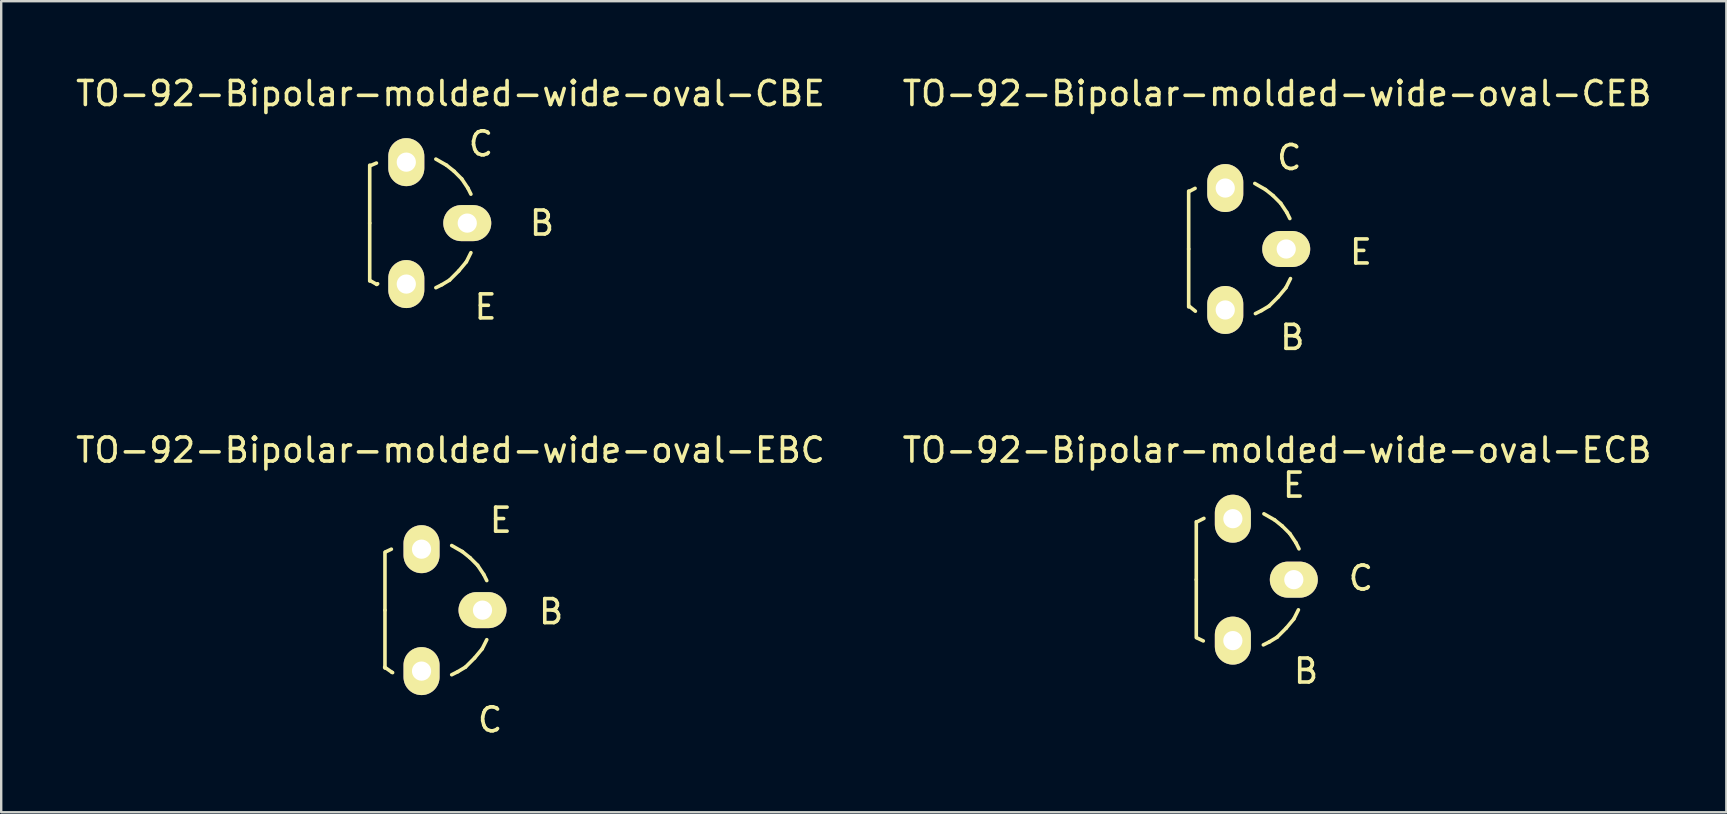
<source format=kicad_pcb>
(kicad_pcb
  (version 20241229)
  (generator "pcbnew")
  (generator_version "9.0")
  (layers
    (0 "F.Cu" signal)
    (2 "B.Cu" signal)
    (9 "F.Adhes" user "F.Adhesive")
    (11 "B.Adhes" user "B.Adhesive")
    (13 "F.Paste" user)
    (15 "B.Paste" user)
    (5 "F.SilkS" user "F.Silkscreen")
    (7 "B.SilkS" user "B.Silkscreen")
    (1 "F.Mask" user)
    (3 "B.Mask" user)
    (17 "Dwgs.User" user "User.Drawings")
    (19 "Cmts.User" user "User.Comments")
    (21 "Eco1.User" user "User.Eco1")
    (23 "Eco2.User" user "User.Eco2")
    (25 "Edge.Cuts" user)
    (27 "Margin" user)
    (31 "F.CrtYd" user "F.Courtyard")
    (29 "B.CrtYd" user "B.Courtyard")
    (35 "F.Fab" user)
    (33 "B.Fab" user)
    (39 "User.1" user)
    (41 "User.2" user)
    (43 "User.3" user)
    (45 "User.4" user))
  (footprint "TO-92-Bipolar-molded-wide-oval-CBE"
    (layer "F.Cu")
    (at 13.879 6.246)
    (property "Reference" "TO-92-Bipolar-molded-wide-oval-CBE" (at 1.841 -5.397 0) (layer "F.SilkS") (effects (font (size 1 1) (thickness 0.15))))
    (attr through_hole)
    (fp_line (start -1.524 0) (end -1.524 -2.413) (stroke (width 0.15) (type solid)) (layer "F.SilkS"))
    (fp_line (start -1.524 0) (end -1.524 2.413) (stroke (width 0.15) (type solid)) (layer "F.SilkS"))
    (fp_line (start -1.499 2.4) (end -1.232 2.553) (stroke (width 0.15) (type solid)) (layer "F.SilkS"))
    (fp_line (start -1.486 -2.4) (end -1.245 -2.502) (stroke (width 0.15) (type solid)) (layer "F.SilkS"))
    (fp_line (start -1.232 2.553) (end -1.194 2.527) (stroke (width 0.15) (type solid)) (layer "F.SilkS"))
    (fp_line (start 1.232 -2.667) (end 1.676 -2.413) (stroke (width 0.15) (type solid)) (layer "F.SilkS"))
    (fp_line (start 1.486 2.565) (end 1.232 2.692) (stroke (width 0.15) (type solid)) (layer "F.SilkS"))
    (fp_line (start 1.676 -2.413) (end 1.994 -2.159) (stroke (width 0.15) (type solid)) (layer "F.SilkS"))
    (fp_line (start 1.803 2.375) (end 1.486 2.565) (stroke (width 0.15) (type solid)) (layer "F.SilkS"))
    (fp_line (start 1.994 -2.159) (end 2.311 -1.841) (stroke (width 0.15) (type solid)) (layer "F.SilkS"))
    (fp_line (start 2.184 1.994) (end 1.803 2.375) (stroke (width 0.15) (type solid)) (layer "F.SilkS"))
    (fp_line (start 2.311 -1.841) (end 2.565 -1.46) (stroke (width 0.15) (type solid)) (layer "F.SilkS"))
    (fp_line (start 2.502 1.613) (end 2.184 1.994) (stroke (width 0.15) (type solid)) (layer "F.SilkS"))
    (fp_line (start 2.565 -1.46) (end 2.692 -1.206) (stroke (width 0.15) (type solid)) (layer "F.SilkS"))
    (fp_line (start 2.692 1.232) (end 2.502 1.613) (stroke (width 0.15) (type solid)) (layer "F.SilkS"))
    (fp_text user "E" (at 3.302 3.493 0) (layer "F.SilkS") (effects (font (size 1 1) (thickness 0.15))))
    (fp_text user "B" (at 5.652 0 0) (layer "F.SilkS") (effects (font (size 1 1) (thickness 0.15))))
    (fp_text user "C" (at 3.111 -3.302 0) (layer "F.SilkS") (effects (font (size 1 1) (thickness 0.15))))
    (pad "B" thru_hole oval (at 2.54 0) (size 1.999 1.501) (drill 0.8) (layers "*.Cu" "*.Mask" "F.SilkS"))
    (pad "C" thru_hole oval (at 0 -2.54) (size 1.501 1.999) (drill 0.8) (layers "*.Cu" "*.Mask" "F.SilkS"))
    (pad "E" thru_hole oval (at 0 2.54) (size 1.501 1.999) (drill 0.8) (layers "*.Cu" "*.Mask" "F.SilkS")))
  (footprint "TO-92-Bipolar-molded-wide-oval-EBC"
    (layer "F.Cu")
    (at 14.514 22.372)
    (property "Reference" "TO-92-Bipolar-molded-wide-oval-EBC" (at 1.206 -6.668 0) (layer "F.SilkS") (effects (font (size 1 1) (thickness 0.15))))
    (attr through_hole)
    (fp_line (start -1.537 2.375) (end -1.232 2.591) (stroke (width 0.15) (type solid)) (layer "F.SilkS"))
    (fp_line (start -1.524 0) (end -1.524 -2.413) (stroke (width 0.15) (type solid)) (layer "F.SilkS"))
    (fp_line (start -1.524 0) (end -1.524 2.413) (stroke (width 0.15) (type solid)) (layer "F.SilkS"))
    (fp_line (start -1.499 -2.426) (end -1.257 -2.54) (stroke (width 0.15) (type solid)) (layer "F.SilkS"))
    (fp_line (start -1.232 2.591) (end -1.206 2.603) (stroke (width 0.15) (type solid)) (layer "F.SilkS"))
    (fp_line (start 1.257 -2.692) (end 1.702 -2.438) (stroke (width 0.15) (type solid)) (layer "F.SilkS"))
    (fp_line (start 1.511 2.565) (end 1.257 2.692) (stroke (width 0.15) (type solid)) (layer "F.SilkS"))
    (fp_line (start 1.702 -2.438) (end 2.019 -2.184) (stroke (width 0.15) (type solid)) (layer "F.SilkS"))
    (fp_line (start 1.829 2.375) (end 1.511 2.565) (stroke (width 0.15) (type solid)) (layer "F.SilkS"))
    (fp_line (start 2.019 -2.184) (end 2.337 -1.867) (stroke (width 0.15) (type solid)) (layer "F.SilkS"))
    (fp_line (start 2.21 1.994) (end 1.829 2.375) (stroke (width 0.15) (type solid)) (layer "F.SilkS"))
    (fp_line (start 2.337 -1.867) (end 2.591 -1.486) (stroke (width 0.15) (type solid)) (layer "F.SilkS"))
    (fp_line (start 2.527 1.613) (end 2.21 1.994) (stroke (width 0.15) (type solid)) (layer "F.SilkS"))
    (fp_line (start 2.591 -1.486) (end 2.718 -1.232) (stroke (width 0.15) (type solid)) (layer "F.SilkS"))
    (fp_line (start 2.718 1.232) (end 2.527 1.613) (stroke (width 0.15) (type solid)) (layer "F.SilkS"))
    (fp_text user "B" (at 5.397 0.064 0) (layer "F.SilkS") (effects (font (size 1 1) (thickness 0.15))))
    (fp_text user "C" (at 2.857 4.572 0) (layer "F.SilkS") (effects (font (size 1 1) (thickness 0.15))))
    (fp_text user "E" (at 3.302 -3.747 0) (layer "F.SilkS") (effects (font (size 1 1) (thickness 0.15))))
    (pad "B" thru_hole oval (at 2.54 0) (size 1.999 1.501) (drill 0.8) (layers "*.Cu" "*.Mask" "F.SilkS"))
    (pad "C" thru_hole oval (at 0 2.54) (size 1.501 1.999) (drill 0.8) (layers "*.Cu" "*.Mask" "F.SilkS"))
    (pad "E" thru_hole oval (at 0 -2.54) (size 1.501 1.999) (drill 0.8) (layers "*.Cu" "*.Mask" "F.SilkS")))
  (footprint "TO-92-Bipolar-molded-wide-oval-CEB"
    (layer "F.Cu")
    (at 48.002 7.325)
    (property "Reference" "TO-92-Bipolar-molded-wide-oval-CEB" (at 2.159 -6.477 0) (layer "F.SilkS") (effects (font (size 1 1) (thickness 0.15))))
    (attr through_hole)
    (fp_line (start -1.524 0) (end -1.524 -2.413) (stroke (width 0.15) (type solid)) (layer "F.SilkS"))
    (fp_line (start -1.524 0) (end -1.524 2.413) (stroke (width 0.15) (type solid)) (layer "F.SilkS"))
    (fp_line (start -1.511 2.375) (end -1.245 2.591) (stroke (width 0.15) (type solid)) (layer "F.SilkS"))
    (fp_line (start -1.499 -2.4) (end -1.257 -2.527) (stroke (width 0.15) (type solid)) (layer "F.SilkS"))
    (fp_line (start 1.232 -2.731) (end 1.676 -2.477) (stroke (width 0.15) (type solid)) (layer "F.SilkS"))
    (fp_line (start 1.511 2.565) (end 1.257 2.692) (stroke (width 0.15) (type solid)) (layer "F.SilkS"))
    (fp_line (start 1.676 -2.477) (end 1.994 -2.223) (stroke (width 0.15) (type solid)) (layer "F.SilkS"))
    (fp_line (start 1.829 2.375) (end 1.511 2.565) (stroke (width 0.15) (type solid)) (layer "F.SilkS"))
    (fp_line (start 1.994 -2.223) (end 2.311 -1.905) (stroke (width 0.15) (type solid)) (layer "F.SilkS"))
    (fp_line (start 2.21 1.994) (end 1.829 2.375) (stroke (width 0.15) (type solid)) (layer "F.SilkS"))
    (fp_line (start 2.311 -1.905) (end 2.565 -1.524) (stroke (width 0.15) (type solid)) (layer "F.SilkS"))
    (fp_line (start 2.527 1.613) (end 2.21 1.994) (stroke (width 0.15) (type solid)) (layer "F.SilkS"))
    (fp_line (start 2.565 -1.524) (end 2.692 -1.27) (stroke (width 0.15) (type solid)) (layer "F.SilkS"))
    (fp_line (start 2.718 1.232) (end 2.527 1.613) (stroke (width 0.15) (type solid)) (layer "F.SilkS"))
    (fp_text user "C" (at 2.667 -3.81 0) (layer "F.SilkS") (effects (font (size 1 1) (thickness 0.15))))
    (fp_text user "B" (at 2.794 3.683 0) (layer "F.SilkS") (effects (font (size 1 1) (thickness 0.15))))
    (fp_text user "E" (at 5.652 0.127 0) (layer "F.SilkS") (effects (font (size 1 1) (thickness 0.15))))
    (pad "B" thru_hole oval (at 0 2.54) (size 1.501 1.999) (drill 0.8) (layers "*.Cu" "*.Mask" "F.SilkS"))
    (pad "C" thru_hole oval (at 0 -2.54) (size 1.501 1.999) (drill 0.8) (layers "*.Cu" "*.Mask" "F.SilkS"))
    (pad "E" thru_hole oval (at 2.54 0) (size 1.999 1.501) (drill 0.8) (layers "*.Cu" "*.Mask" "F.SilkS")))
  (footprint "TO-92-Bipolar-molded-wide-oval-ECB"
    (layer "F.Cu")
    (at 48.319 21.102)
    (property "Reference" "TO-92-Bipolar-molded-wide-oval-ECB" (at 1.841 -5.397 0) (layer "F.SilkS") (effects (font (size 1 1) (thickness 0.15))))
    (attr through_hole)
    (fp_line (start -1.524 0) (end -1.524 -2.413) (stroke (width 0.15) (type solid)) (layer "F.SilkS"))
    (fp_line (start -1.524 0) (end -1.524 2.413) (stroke (width 0.15) (type solid)) (layer "F.SilkS"))
    (fp_line (start -1.511 -2.4) (end -1.206 -2.553) (stroke (width 0.15) (type solid)) (layer "F.SilkS"))
    (fp_line (start -1.499 2.426) (end -1.232 2.553) (stroke (width 0.15) (type solid)) (layer "F.SilkS"))
    (fp_line (start 1.295 -2.743) (end 1.74 -2.489) (stroke (width 0.15) (type solid)) (layer "F.SilkS"))
    (fp_line (start 1.524 2.591) (end 1.27 2.718) (stroke (width 0.15) (type solid)) (layer "F.SilkS"))
    (fp_line (start 1.74 -2.489) (end 2.057 -2.235) (stroke (width 0.15) (type solid)) (layer "F.SilkS"))
    (fp_line (start 1.841 2.4) (end 1.524 2.591) (stroke (width 0.15) (type solid)) (layer "F.SilkS"))
    (fp_line (start 2.057 -2.235) (end 2.375 -1.918) (stroke (width 0.15) (type solid)) (layer "F.SilkS"))
    (fp_line (start 2.223 2.019) (end 1.841 2.4) (stroke (width 0.15) (type solid)) (layer "F.SilkS"))
    (fp_line (start 2.375 -1.918) (end 2.629 -1.537) (stroke (width 0.15) (type solid)) (layer "F.SilkS"))
    (fp_line (start 2.54 1.638) (end 2.223 2.019) (stroke (width 0.15) (type solid)) (layer "F.SilkS"))
    (fp_line (start 2.629 -1.537) (end 2.756 -1.283) (stroke (width 0.15) (type solid)) (layer "F.SilkS"))
    (fp_line (start 2.731 1.257) (end 2.54 1.638) (stroke (width 0.15) (type solid)) (layer "F.SilkS"))
    (fp_text user "B" (at 3.048 3.81 0) (layer "F.SilkS") (effects (font (size 1 1) (thickness 0.15))))
    (fp_text user "C" (at 5.334 -0.064 0) (layer "F.SilkS") (effects (font (size 1 1) (thickness 0.15))))
    (fp_text user "E" (at 2.54 -3.937 0) (layer "F.SilkS") (effects (font (size 1 1) (thickness 0.15))))
    (pad "B" thru_hole oval (at 0 2.54) (size 1.501 1.999) (drill 0.8) (layers "*.Cu" "*.Mask" "F.SilkS"))
    (pad "C" thru_hole oval (at 2.54 0) (size 1.999 1.501) (drill 0.8) (layers "*.Cu" "*.Mask" "F.SilkS"))
    (pad "E" thru_hole oval (at 0 -2.54) (size 1.501 1.999) (drill 0.8) (layers "*.Cu" "*.Mask" "F.SilkS")))
  (gr_rect
    (start -3 -3)
    (end 68.881 30.793)
    (stroke (width 0.1) (type default))
    (fill no)
    (layer "Edge.Cuts")))
</source>
